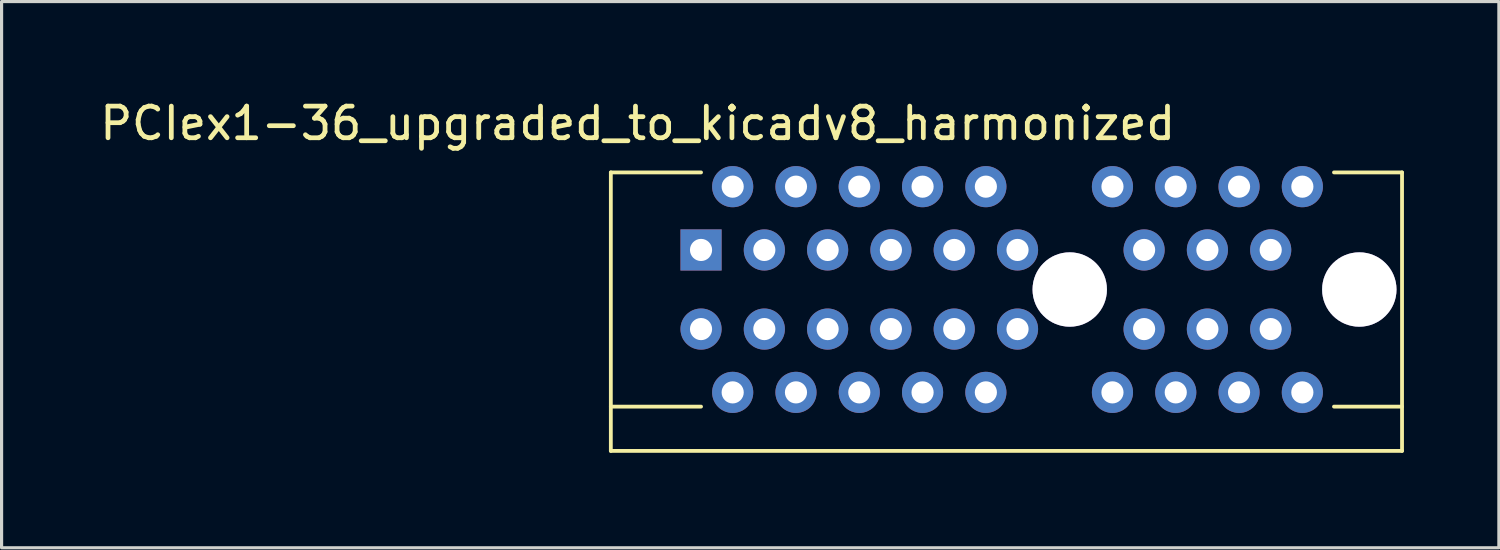
<source format=kicad_pcb>
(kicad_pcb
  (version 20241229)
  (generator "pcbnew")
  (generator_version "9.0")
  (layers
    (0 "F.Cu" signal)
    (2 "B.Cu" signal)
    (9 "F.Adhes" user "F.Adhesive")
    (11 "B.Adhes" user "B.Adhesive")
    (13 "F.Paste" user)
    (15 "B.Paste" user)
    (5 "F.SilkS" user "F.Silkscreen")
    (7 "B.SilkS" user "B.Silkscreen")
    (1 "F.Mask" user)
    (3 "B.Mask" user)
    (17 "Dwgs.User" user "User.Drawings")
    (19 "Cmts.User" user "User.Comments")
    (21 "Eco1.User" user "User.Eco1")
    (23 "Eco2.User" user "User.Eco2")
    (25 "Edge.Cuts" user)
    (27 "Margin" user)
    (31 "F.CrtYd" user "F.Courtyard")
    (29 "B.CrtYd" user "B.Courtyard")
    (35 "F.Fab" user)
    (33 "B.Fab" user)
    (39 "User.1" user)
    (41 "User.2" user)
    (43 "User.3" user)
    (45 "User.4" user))
  (footprint "PCIex1-36_upgraded_to_kicadv8_harmonized"
    (layer "F.Cu")
    (at 19.101 4.848)
    (property "Reference" "PCIex1-36_upgraded_to_kicadv8_harmonized" (at -2 -4 0) (layer "F.SilkS") (effects (font (size 1 1) (thickness 0.15))))
    (attr through_hole)
    (fp_line (start -2.85 -2.45) (end 0 -2.45) (stroke (width 0.12) (type solid)) (layer "F.SilkS"))
    (fp_line (start -2.85 6.35) (end -2.85 -2.45) (stroke (width 0.12) (type solid)) (layer "F.SilkS"))
    (fp_line (start -2.85 6.35) (end 22.15 6.35) (stroke (width 0.12) (type solid)) (layer "F.SilkS"))
    (fp_line (start 0 4.95) (end -2.85 4.95) (stroke (width 0.12) (type solid)) (layer "F.SilkS"))
    (fp_line (start 22.15 -2.45) (end 20 -2.45) (stroke (width 0.12) (type solid)) (layer "F.SilkS"))
    (fp_line (start 22.15 -2.45) (end 22.15 6.35) (stroke (width 0.12) (type solid)) (layer "F.SilkS"))
    (fp_line (start 22.15 4.95) (end 20 4.95) (stroke (width 0.12) (type solid)) (layer "F.SilkS"))
    (pad "19" thru_hole circle (at 11.65 1.25) (size 2.35 2.35) (drill 2.35) (layers "*.Cu" "*.Mask"))
    (pad "19" thru_hole circle (at 20.8 1.25) (size 2.35 2.35) (drill 2.35) (layers "*.Cu" "*.Mask"))
    (pad "A1" thru_hole rect (at 0 0) (size 1.3 1.3) (drill 0.7) (layers "*.Cu" "*.Mask"))
    (pad "A2" thru_hole circle (at 1 -2) (size 1.3 1.3) (drill 0.7) (layers "*.Cu" "*.Mask"))
    (pad "A3" thru_hole circle (at 2 0) (size 1.3 1.3) (drill 0.7) (layers "*.Cu" "*.Mask"))
    (pad "A4" thru_hole circle (at 3 -2) (size 1.3 1.3) (drill 0.7) (layers "*.Cu" "*.Mask"))
    (pad "A5" thru_hole circle (at 4 0) (size 1.3 1.3) (drill 0.7) (layers "*.Cu" "*.Mask"))
    (pad "A6" thru_hole circle (at 5 -2) (size 1.3 1.3) (drill 0.7) (layers "*.Cu" "*.Mask"))
    (pad "A7" thru_hole circle (at 6 0) (size 1.3 1.3) (drill 0.7) (layers "*.Cu" "*.Mask"))
    (pad "A8" thru_hole circle (at 7 -2) (size 1.3 1.3) (drill 0.7) (layers "*.Cu" "*.Mask"))
    (pad "A9" thru_hole circle (at 8 0) (size 1.3 1.3) (drill 0.7) (layers "*.Cu" "*.Mask"))
    (pad "A10" thru_hole circle (at 9 -2) (size 1.3 1.3) (drill 0.7) (layers "*.Cu" "*.Mask"))
    (pad "A11" thru_hole circle (at 10 0) (size 1.3 1.3) (drill 0.7) (layers "*.Cu" "*.Mask"))
    (pad "A12" thru_hole circle (at 13 -2) (size 1.3 1.3) (drill 0.7) (layers "*.Cu" "*.Mask"))
    (pad "A13" thru_hole circle (at 14 0) (size 1.3 1.3) (drill 0.7) (layers "*.Cu" "*.Mask"))
    (pad "A14" thru_hole circle (at 15 -2) (size 1.3 1.3) (drill 0.7) (layers "*.Cu" "*.Mask"))
    (pad "A15" thru_hole circle (at 16 0) (size 1.3 1.3) (drill 0.7) (layers "*.Cu" "*.Mask"))
    (pad "A16" thru_hole circle (at 17 -2) (size 1.3 1.3) (drill 0.7) (layers "*.Cu" "*.Mask"))
    (pad "A17" thru_hole circle (at 18 0) (size 1.3 1.3) (drill 0.7) (layers "*.Cu" "*.Mask"))
    (pad "A18" thru_hole circle (at 19 -2) (size 1.3 1.3) (drill 0.7) (layers "*.Cu" "*.Mask"))
    (pad "B1" thru_hole circle (at 0 2.5) (size 1.3 1.3) (drill 0.7) (layers "*.Cu" "*.Mask"))
    (pad "B2" thru_hole circle (at 1 4.5) (size 1.3 1.3) (drill 0.7) (layers "*.Cu" "*.Mask"))
    (pad "B3" thru_hole circle (at 2 2.5) (size 1.3 1.3) (drill 0.7) (layers "*.Cu" "*.Mask"))
    (pad "B4" thru_hole circle (at 3 4.5) (size 1.3 1.3) (drill 0.7) (layers "*.Cu" "*.Mask"))
    (pad "B5" thru_hole circle (at 4 2.5) (size 1.3 1.3) (drill 0.7) (layers "*.Cu" "*.Mask"))
    (pad "B6" thru_hole circle (at 5 4.5) (size 1.3 1.3) (drill 0.7) (layers "*.Cu" "*.Mask"))
    (pad "B7" thru_hole circle (at 6 2.5) (size 1.3 1.3) (drill 0.7) (layers "*.Cu" "*.Mask"))
    (pad "B8" thru_hole circle (at 7 4.5) (size 1.3 1.3) (drill 0.7) (layers "*.Cu" "*.Mask"))
    (pad "B9" thru_hole circle (at 8 2.5) (size 1.3 1.3) (drill 0.7) (layers "*.Cu" "*.Mask"))
    (pad "B10" thru_hole circle (at 9 4.5) (size 1.3 1.3) (drill 0.7) (layers "*.Cu" "*.Mask"))
    (pad "B11" thru_hole circle (at 10 2.5) (size 1.3 1.3) (drill 0.7) (layers "*.Cu" "*.Mask"))
    (pad "B12" thru_hole circle (at 13 4.5) (size 1.3 1.3) (drill 0.7) (layers "*.Cu" "*.Mask"))
    (pad "B13" thru_hole circle (at 14 2.5) (size 1.3 1.3) (drill 0.7) (layers "*.Cu" "*.Mask"))
    (pad "B14" thru_hole circle (at 15 4.5) (size 1.3 1.3) (drill 0.7) (layers "*.Cu" "*.Mask"))
    (pad "B15" thru_hole circle (at 16 2.5) (size 1.3 1.3) (drill 0.7) (layers "*.Cu" "*.Mask"))
    (pad "B16" thru_hole circle (at 17 4.5) (size 1.3 1.3) (drill 0.7) (layers "*.Cu" "*.Mask"))
    (pad "B17" thru_hole circle (at 18 2.5) (size 1.3 1.3) (drill 0.7) (layers "*.Cu" "*.Mask"))
    (pad "B18" thru_hole circle (at 19 4.5) (size 1.3 1.3) (drill 0.7) (layers "*.Cu" "*.Mask")))
  (gr_rect
    (start -3 -3)
    (end 44.311 14.258)
    (stroke (width 0.1) (type default))
    (fill no)
    (layer "Edge.Cuts")))
</source>
